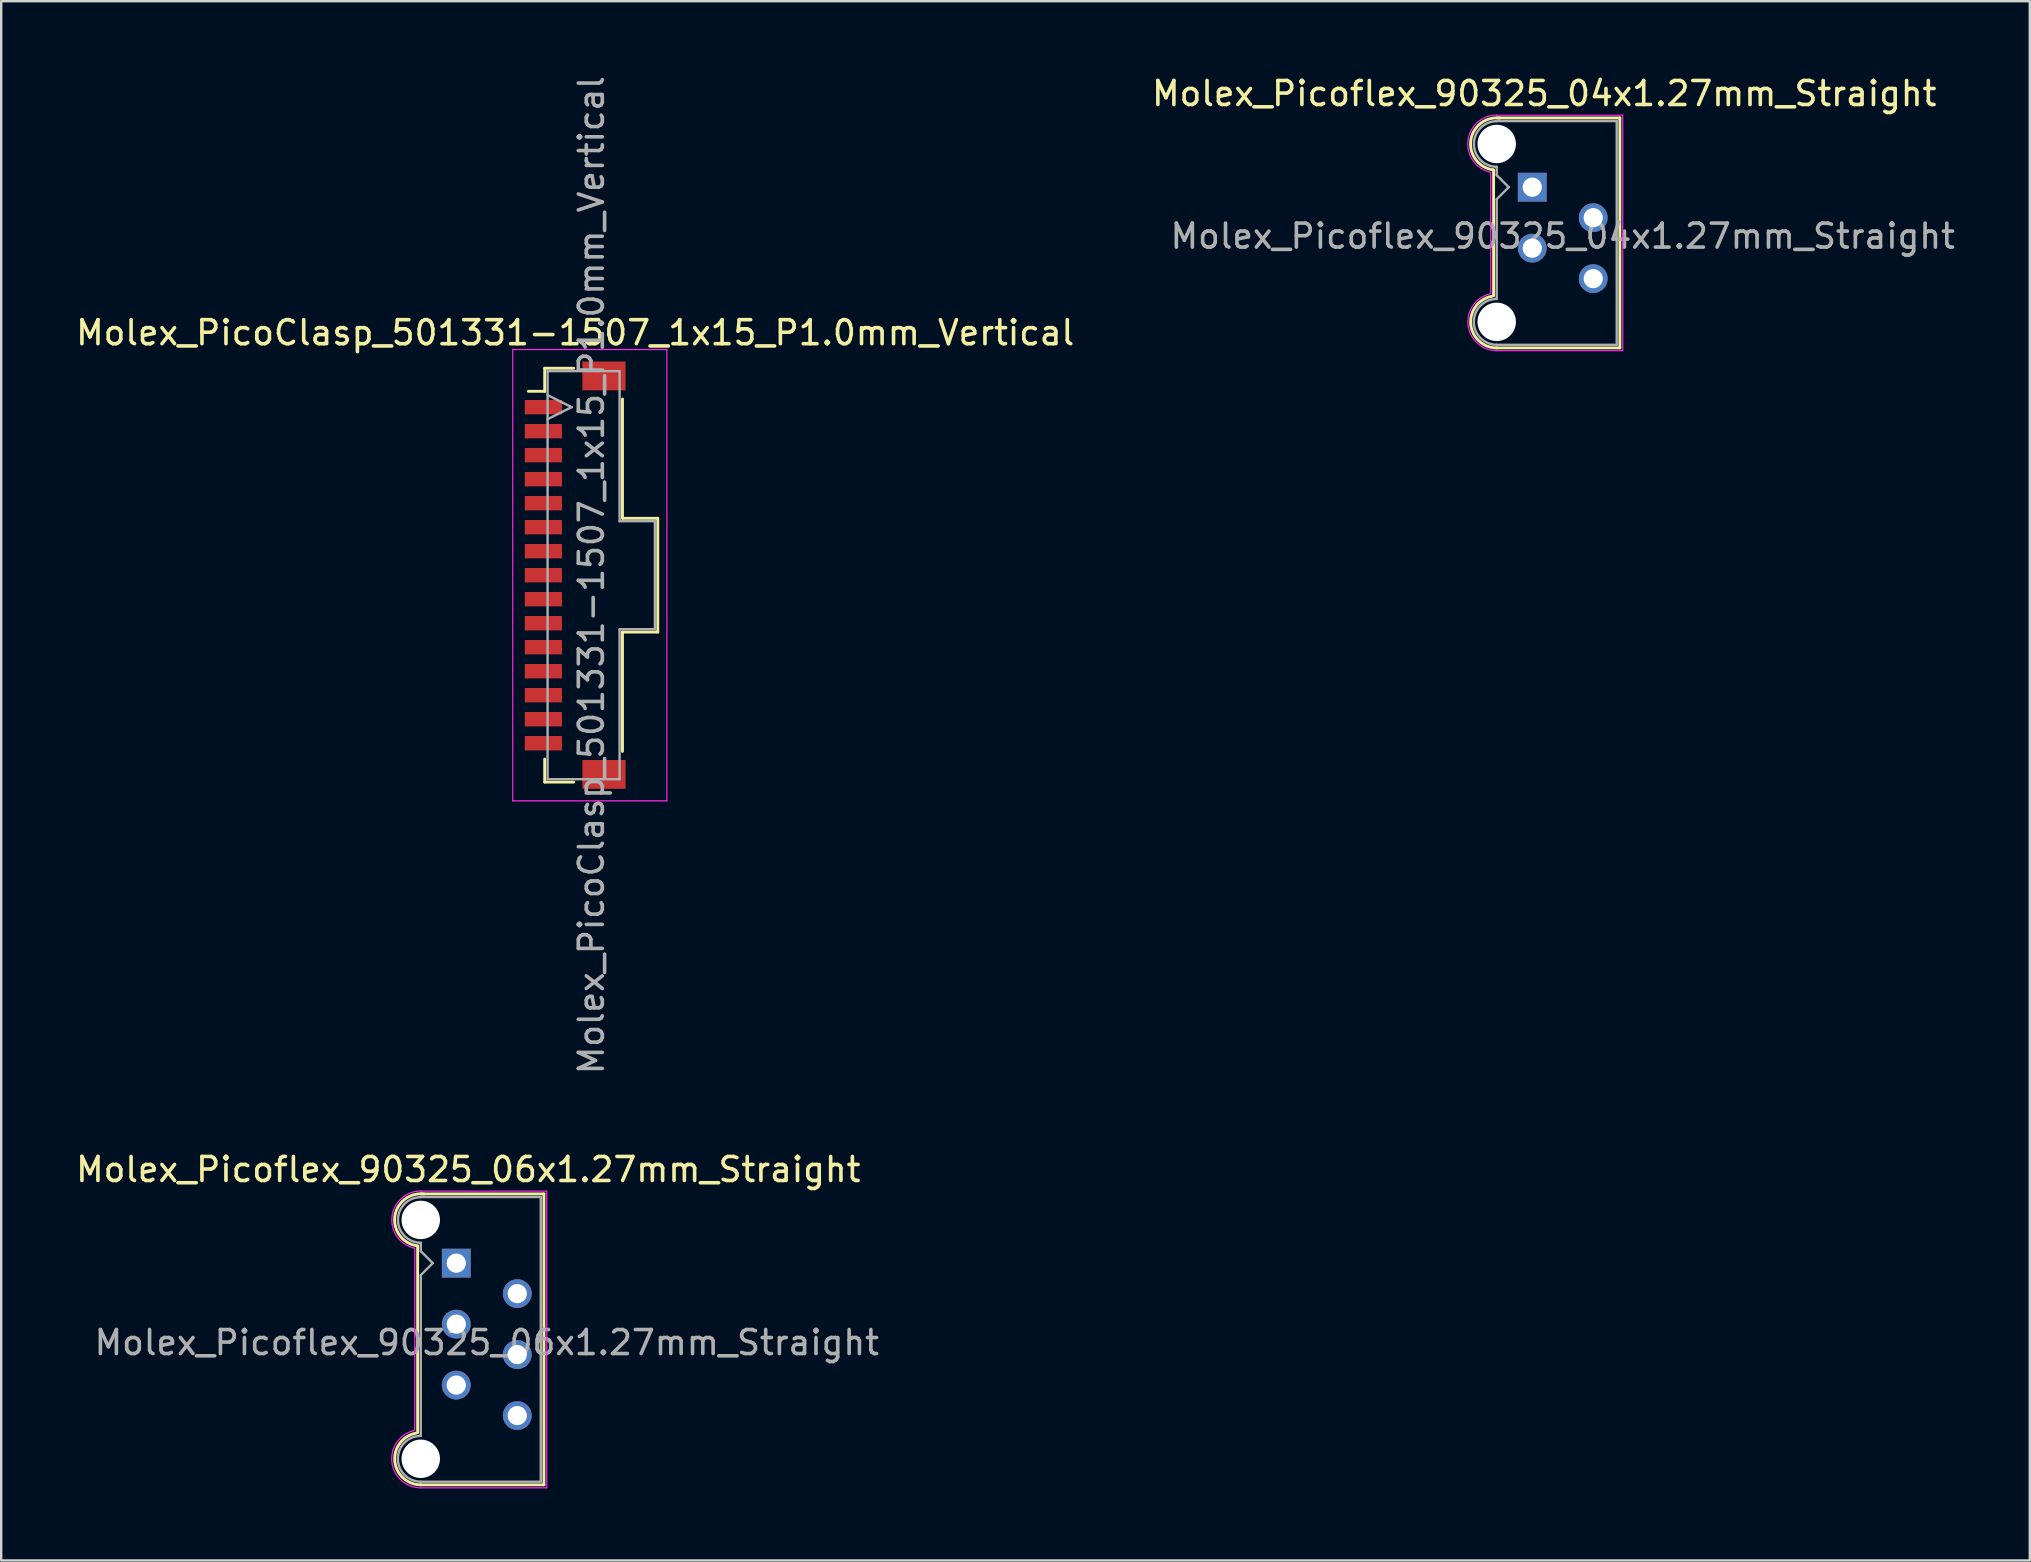
<source format=kicad_pcb>
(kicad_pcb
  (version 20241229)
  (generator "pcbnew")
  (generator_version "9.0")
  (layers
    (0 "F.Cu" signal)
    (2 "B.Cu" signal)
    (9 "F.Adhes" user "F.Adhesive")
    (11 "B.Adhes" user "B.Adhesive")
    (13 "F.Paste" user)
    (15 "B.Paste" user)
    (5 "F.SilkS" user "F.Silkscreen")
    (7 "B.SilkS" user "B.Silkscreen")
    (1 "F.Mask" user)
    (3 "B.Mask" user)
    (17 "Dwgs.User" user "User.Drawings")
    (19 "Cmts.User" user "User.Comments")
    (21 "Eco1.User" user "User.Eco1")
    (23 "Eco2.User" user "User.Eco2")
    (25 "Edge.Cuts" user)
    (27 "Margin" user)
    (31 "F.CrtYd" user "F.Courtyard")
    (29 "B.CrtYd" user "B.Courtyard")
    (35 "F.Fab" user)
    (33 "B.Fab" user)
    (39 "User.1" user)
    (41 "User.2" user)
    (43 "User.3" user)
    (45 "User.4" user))
  (footprint "Molex_PicoClasp_501331-1507_1x15_P1.0mm_Vertical"
    (layer "F.Cu")
    (at 20.911 20.911)
    (property "Reference" "Molex_PicoClasp_501331-1507_1x15_P1.0mm_Vertical" (at 0 -10.1 0) (layer "F.SilkS") (effects (font (size 1 1) (thickness 0.15))))
    (attr smd)
    (fp_line (start -1.95 -7.66) (end -1.27 -7.66) (stroke (width 0.12) (type solid)) (layer "F.SilkS"))
    (fp_line (start -1.27 -8.62) (end -0.06 -8.62) (stroke (width 0.12) (type solid)) (layer "F.SilkS"))
    (fp_line (start -1.27 -7.66) (end -1.27 -8.62) (stroke (width 0.12) (type solid)) (layer "F.SilkS"))
    (fp_line (start -1.27 7.66) (end -1.27 8.62) (stroke (width 0.12) (type solid)) (layer "F.SilkS"))
    (fp_line (start -1.27 8.62) (end -0.06 8.62) (stroke (width 0.12) (type solid)) (layer "F.SilkS"))
    (fp_line (start 1.97 -7.34) (end 1.97 -2.37) (stroke (width 0.12) (type solid)) (layer "F.SilkS"))
    (fp_line (start 1.97 -2.37) (end 3.44 -2.37) (stroke (width 0.12) (type solid)) (layer "F.SilkS"))
    (fp_line (start 1.97 2.37) (end 1.97 7.34) (stroke (width 0.12) (type solid)) (layer "F.SilkS"))
    (fp_line (start 3.44 -2.37) (end 3.44 2.37) (stroke (width 0.12) (type solid)) (layer "F.SilkS"))
    (fp_line (start 3.44 2.37) (end 1.97 2.37) (stroke (width 0.12) (type solid)) (layer "F.SilkS"))
    (fp_line (start -2.6 -9.4) (end -2.6 9.4) (stroke (width 0.05) (type solid)) (layer "F.CrtYd"))
    (fp_line (start -2.6 9.4) (end 3.82 9.4) (stroke (width 0.05) (type solid)) (layer "F.CrtYd"))
    (fp_line (start 3.82 -9.4) (end -2.6 -9.4) (stroke (width 0.05) (type solid)) (layer "F.CrtYd"))
    (fp_line (start 3.82 9.4) (end 3.82 -9.4) (stroke (width 0.05) (type solid)) (layer "F.CrtYd"))
    (fp_line (start -1.15 -8.5) (end 1.85 -8.5) (stroke (width 0.1) (type solid)) (layer "F.Fab"))
    (fp_line (start -1.15 -6.5) (end -0.15 -7) (stroke (width 0.1) (type solid)) (layer "F.Fab"))
    (fp_line (start -1.15 8.5) (end -1.15 -8.5) (stroke (width 0.1) (type solid)) (layer "F.Fab"))
    (fp_line (start -0.15 -7) (end -1.15 -7.5) (stroke (width 0.1) (type solid)) (layer "F.Fab"))
    (fp_line (start 1.85 -8.5) (end 1.85 -2.25) (stroke (width 0.1) (type solid)) (layer "F.Fab"))
    (fp_line (start 1.85 -2.25) (end 3.32 -2.25) (stroke (width 0.1) (type solid)) (layer "F.Fab"))
    (fp_line (start 1.85 2.25) (end 1.85 8.5) (stroke (width 0.1) (type solid)) (layer "F.Fab"))
    (fp_line (start 1.85 8.5) (end -1.15 8.5) (stroke (width 0.1) (type solid)) (layer "F.Fab"))
    (fp_line (start 3.32 -2.25) (end 3.32 2.25) (stroke (width 0.1) (type solid)) (layer "F.Fab"))
    (fp_line (start 3.32 2.25) (end 1.85 2.25) (stroke (width 0.1) (type solid)) (layer "F.Fab"))
    (fp_text user "${REFERENCE}" (at 0.675 0 90) (layer "F.Fab") (effects (font (size 1 1) (thickness 0.15))))
    (pad "" smd rect (at 1.2 -8.3) (size 1.8 1.2) (layers "F.Cu" "F.Mask" "F.Paste"))
    (pad "" smd rect (at 1.2 8.3) (size 1.8 1.2) (layers "F.Cu" "F.Mask" "F.Paste"))
    (pad "1" smd rect (at -1.325 -7) (size 1.55 0.6) (layers "F.Cu" "F.Mask" "F.Paste"))
    (pad "2" smd rect (at -1.325 -6) (size 1.55 0.6) (layers "F.Cu" "F.Mask" "F.Paste"))
    (pad "3" smd rect (at -1.325 -5) (size 1.55 0.6) (layers "F.Cu" "F.Mask" "F.Paste"))
    (pad "4" smd rect (at -1.325 -4) (size 1.55 0.6) (layers "F.Cu" "F.Mask" "F.Paste"))
    (pad "5" smd rect (at -1.325 -3) (size 1.55 0.6) (layers "F.Cu" "F.Mask" "F.Paste"))
    (pad "6" smd rect (at -1.325 -2) (size 1.55 0.6) (layers "F.Cu" "F.Mask" "F.Paste"))
    (pad "7" smd rect (at -1.325 -1) (size 1.55 0.6) (layers "F.Cu" "F.Mask" "F.Paste"))
    (pad "8" smd rect (at -1.325 0) (size 1.55 0.6) (layers "F.Cu" "F.Mask" "F.Paste"))
    (pad "9" smd rect (at -1.325 1) (size 1.55 0.6) (layers "F.Cu" "F.Mask" "F.Paste"))
    (pad "10" smd rect (at -1.325 2) (size 1.55 0.6) (layers "F.Cu" "F.Mask" "F.Paste"))
    (pad "11" smd rect (at -1.325 3) (size 1.55 0.6) (layers "F.Cu" "F.Mask" "F.Paste"))
    (pad "12" smd rect (at -1.325 4) (size 1.55 0.6) (layers "F.Cu" "F.Mask" "F.Paste"))
    (pad "13" smd rect (at -1.325 5) (size 1.55 0.6) (layers "F.Cu" "F.Mask" "F.Paste"))
    (pad "14" smd rect (at -1.325 6) (size 1.55 0.6) (layers "F.Cu" "F.Mask" "F.Paste"))
    (pad "15" smd rect (at -1.325 7) (size 1.55 0.6) (layers "F.Cu" "F.Mask" "F.Paste")))
  (footprint "Molex_Picoflex_90325_06x1.27mm_Straight"
    (layer "F.Cu")
    (at 15.958 49.57)
    (property "Reference" "Molex_Picoflex_90325_06x1.27mm_Straight" (at 0.5 -3.9 0) (layer "F.SilkS") (effects (font (size 1 1) (thickness 0.15))))
    (attr through_hole)
    (fp_line (start -1.61 -0.715) (end -1.61 7.065) (stroke (width 0.12) (type solid)) (layer "F.SilkS"))
    (fp_line (start -1.48 -2.885) (end 3.65 -2.885) (stroke (width 0.12) (type solid)) (layer "F.SilkS"))
    (fp_line (start 3.65 -2.885) (end 3.65 9.235) (stroke (width 0.12) (type solid)) (layer "F.SilkS"))
    (fp_line (start 3.65 9.235) (end -1.48 9.235) (stroke (width 0.12) (type solid)) (layer "F.SilkS"))
    (fp_arc (start -1.61 -0.72) (mid -2.56 -1.93) (end -1.35 -2.88) (stroke (width 0.12) (type solid)) (layer "F.SilkS"))
    (fp_arc (start -1.47 9.235) (mid -2.56 8.254526) (end -1.678256 7.08322) (stroke (width 0.12) (type solid)) (layer "F.SilkS"))
    (fp_line (start -1.73 -0.6) (end -1.73 6.95) (stroke (width 0.05) (type solid)) (layer "F.CrtYd"))
    (fp_line (start -1.48 -3) (end 3.77 -3) (stroke (width 0.05) (type solid)) (layer "F.CrtYd"))
    (fp_line (start 3.77 -3) (end 3.77 9.36) (stroke (width 0.05) (type solid)) (layer "F.CrtYd"))
    (fp_line (start 3.77 9.36) (end -1.48 9.36) (stroke (width 0.05) (type solid)) (layer "F.CrtYd"))
    (fp_arc (start -1.73 -0.62) (mid -2.679668 -1.925287) (end -1.480799 -3.006192) (stroke (width 0.05) (type solid)) (layer "F.CrtYd"))
    (fp_arc (start -1.47 9.36) (mid -2.682326 8.286425) (end -1.741355 6.968521) (stroke (width 0.05) (type solid)) (layer "F.CrtYd"))
    (fp_line (start -1.48 -2.755) (end 3.52 -2.755) (stroke (width 0.1) (type solid)) (layer "F.Fab"))
    (fp_line (start -1.48 -0.845) (end -1.48 -0.5) (stroke (width 0.1) (type solid)) (layer "F.Fab"))
    (fp_line (start -1.48 -0.5) (end -0.98 0) (stroke (width 0.1) (type solid)) (layer "F.Fab"))
    (fp_line (start -1.48 0.5) (end -1.48 7.195) (stroke (width 0.1) (type solid)) (layer "F.Fab"))
    (fp_line (start -0.98 0) (end -1.48 0.5) (stroke (width 0.1) (type solid)) (layer "F.Fab"))
    (fp_line (start 3.52 -2.755) (end 3.52 9.105) (stroke (width 0.1) (type solid)) (layer "F.Fab"))
    (fp_line (start 3.52 9.105) (end -1.48 9.105) (stroke (width 0.1) (type solid)) (layer "F.Fab"))
    (fp_arc (start -1.48 -0.85) (mid -2.43 -1.8) (end -1.48 -2.75) (stroke (width 0.1) (type solid)) (layer "F.Fab"))
    (fp_arc (start -1.48 9.105) (mid -2.435 8.15) (end -1.48 7.195) (stroke (width 0.1) (type solid)) (layer "F.Fab"))
    (fp_text user "${REFERENCE}" (at 1.27 3.31 0) (layer "F.Fab") (effects (font (size 1 1) (thickness 0.15))))
    (pad "" np_thru_hole circle (at -1.48 -1.8) (size 1.6 1.6) (drill 1.6) (layers "*.Cu"))
    (pad "" np_thru_hole circle (at -1.48 8.15) (size 1.6 1.6) (drill 1.6) (layers "*.Cu"))
    (pad "1" thru_hole rect (at 0 0) (size 1.2 1.2) (drill 0.8) (layers "*.Cu" "*.Mask"))
    (pad "2" thru_hole circle (at 2.54 1.27) (size 1.2 1.2) (drill 0.8) (layers "*.Cu" "*.Mask"))
    (pad "3" thru_hole circle (at 0 2.54) (size 1.2 1.2) (drill 0.8) (layers "*.Cu" "*.Mask"))
    (pad "4" thru_hole circle (at 2.54 3.81) (size 1.2 1.2) (drill 0.8) (layers "*.Cu" "*.Mask"))
    (pad "5" thru_hole circle (at 0 5.08) (size 1.2 1.2) (drill 0.8) (layers "*.Cu" "*.Mask"))
    (pad "6" thru_hole circle (at 2.54 6.35) (size 1.2 1.2) (drill 0.8) (layers "*.Cu" "*.Mask")))
  (footprint "Molex_Picoflex_90325_04x1.27mm_Straight"
    (layer "F.Cu")
    (at 60.78 4.748)
    (property "Reference" "Molex_Picoflex_90325_04x1.27mm_Straight" (at 0.5 -3.9 0) (layer "F.SilkS") (effects (font (size 1 1) (thickness 0.15))))
    (attr through_hole)
    (fp_line (start -1.61 -0.715) (end -1.61 4.525) (stroke (width 0.12) (type solid)) (layer "F.SilkS"))
    (fp_line (start -1.48 -2.885) (end 3.65 -2.885) (stroke (width 0.12) (type solid)) (layer "F.SilkS"))
    (fp_line (start 3.65 -2.885) (end 3.65 6.695) (stroke (width 0.12) (type solid)) (layer "F.SilkS"))
    (fp_line (start 3.65 6.695) (end -1.48 6.695) (stroke (width 0.12) (type solid)) (layer "F.SilkS"))
    (fp_arc (start -1.61 -0.72) (mid -2.56 -1.93) (end -1.35 -2.88) (stroke (width 0.12) (type solid)) (layer "F.SilkS"))
    (fp_arc (start -1.47 6.695) (mid -2.56 5.714526) (end -1.678256 4.54322) (stroke (width 0.12) (type solid)) (layer "F.SilkS"))
    (fp_line (start -1.73 -0.6) (end -1.73 4.41) (stroke (width 0.05) (type solid)) (layer "F.CrtYd"))
    (fp_line (start -1.48 -3) (end 3.77 -3) (stroke (width 0.05) (type solid)) (layer "F.CrtYd"))
    (fp_line (start 3.77 -3) (end 3.77 6.81) (stroke (width 0.05) (type solid)) (layer "F.CrtYd"))
    (fp_line (start 3.77 6.81) (end -1.48 6.81) (stroke (width 0.05) (type solid)) (layer "F.CrtYd"))
    (fp_arc (start -1.73 -0.62) (mid -2.679668 -1.925287) (end -1.480799 -3.006192) (stroke (width 0.05) (type solid)) (layer "F.CrtYd"))
    (fp_arc (start -1.47 6.81) (mid -2.672381 5.74538) (end -1.739276 4.438302) (stroke (width 0.05) (type solid)) (layer "F.CrtYd"))
    (fp_line (start -1.48 -2.755) (end 3.52 -2.755) (stroke (width 0.1) (type solid)) (layer "F.Fab"))
    (fp_line (start -1.48 -0.845) (end -1.48 -0.5) (stroke (width 0.1) (type solid)) (layer "F.Fab"))
    (fp_line (start -1.48 -0.5) (end -0.98 0) (stroke (width 0.1) (type solid)) (layer "F.Fab"))
    (fp_line (start -1.48 0.5) (end -1.48 4.655) (stroke (width 0.1) (type solid)) (layer "F.Fab"))
    (fp_line (start -0.98 0) (end -1.48 0.5) (stroke (width 0.1) (type solid)) (layer "F.Fab"))
    (fp_line (start 3.52 -2.755) (end 3.52 6.565) (stroke (width 0.1) (type solid)) (layer "F.Fab"))
    (fp_line (start 3.52 6.565) (end -1.48 6.565) (stroke (width 0.1) (type solid)) (layer "F.Fab"))
    (fp_arc (start -1.48 -0.85) (mid -2.43 -1.8) (end -1.48 -2.75) (stroke (width 0.1) (type solid)) (layer "F.Fab"))
    (fp_arc (start -1.48 6.565) (mid -2.435 5.61) (end -1.48 4.655) (stroke (width 0.1) (type solid)) (layer "F.Fab"))
    (fp_text user "${REFERENCE}" (at 1.27 2.04 0) (layer "F.Fab") (effects (font (size 1 1) (thickness 0.15))))
    (pad "" np_thru_hole circle (at -1.48 -1.8) (size 1.6 1.6) (drill 1.6) (layers "*.Cu"))
    (pad "" np_thru_hole circle (at -1.48 5.61) (size 1.6 1.6) (drill 1.6) (layers "*.Cu"))
    (pad "1" thru_hole rect (at 0 0) (size 1.2 1.2) (drill 0.8) (layers "*.Cu" "*.Mask"))
    (pad "2" thru_hole circle (at 2.54 1.27) (size 1.2 1.2) (drill 0.8) (layers "*.Cu" "*.Mask"))
    (pad "3" thru_hole circle (at 0 2.54) (size 1.2 1.2) (drill 0.8) (layers "*.Cu" "*.Mask"))
    (pad "4" thru_hole circle (at 2.54 3.81) (size 1.2 1.2) (drill 0.8) (layers "*.Cu" "*.Mask")))
  (gr_rect
    (start -3 -3)
    (end 81.508 61.955)
    (stroke (width 0.1) (type default))
    (fill no)
    (layer "Edge.Cuts")))
</source>
